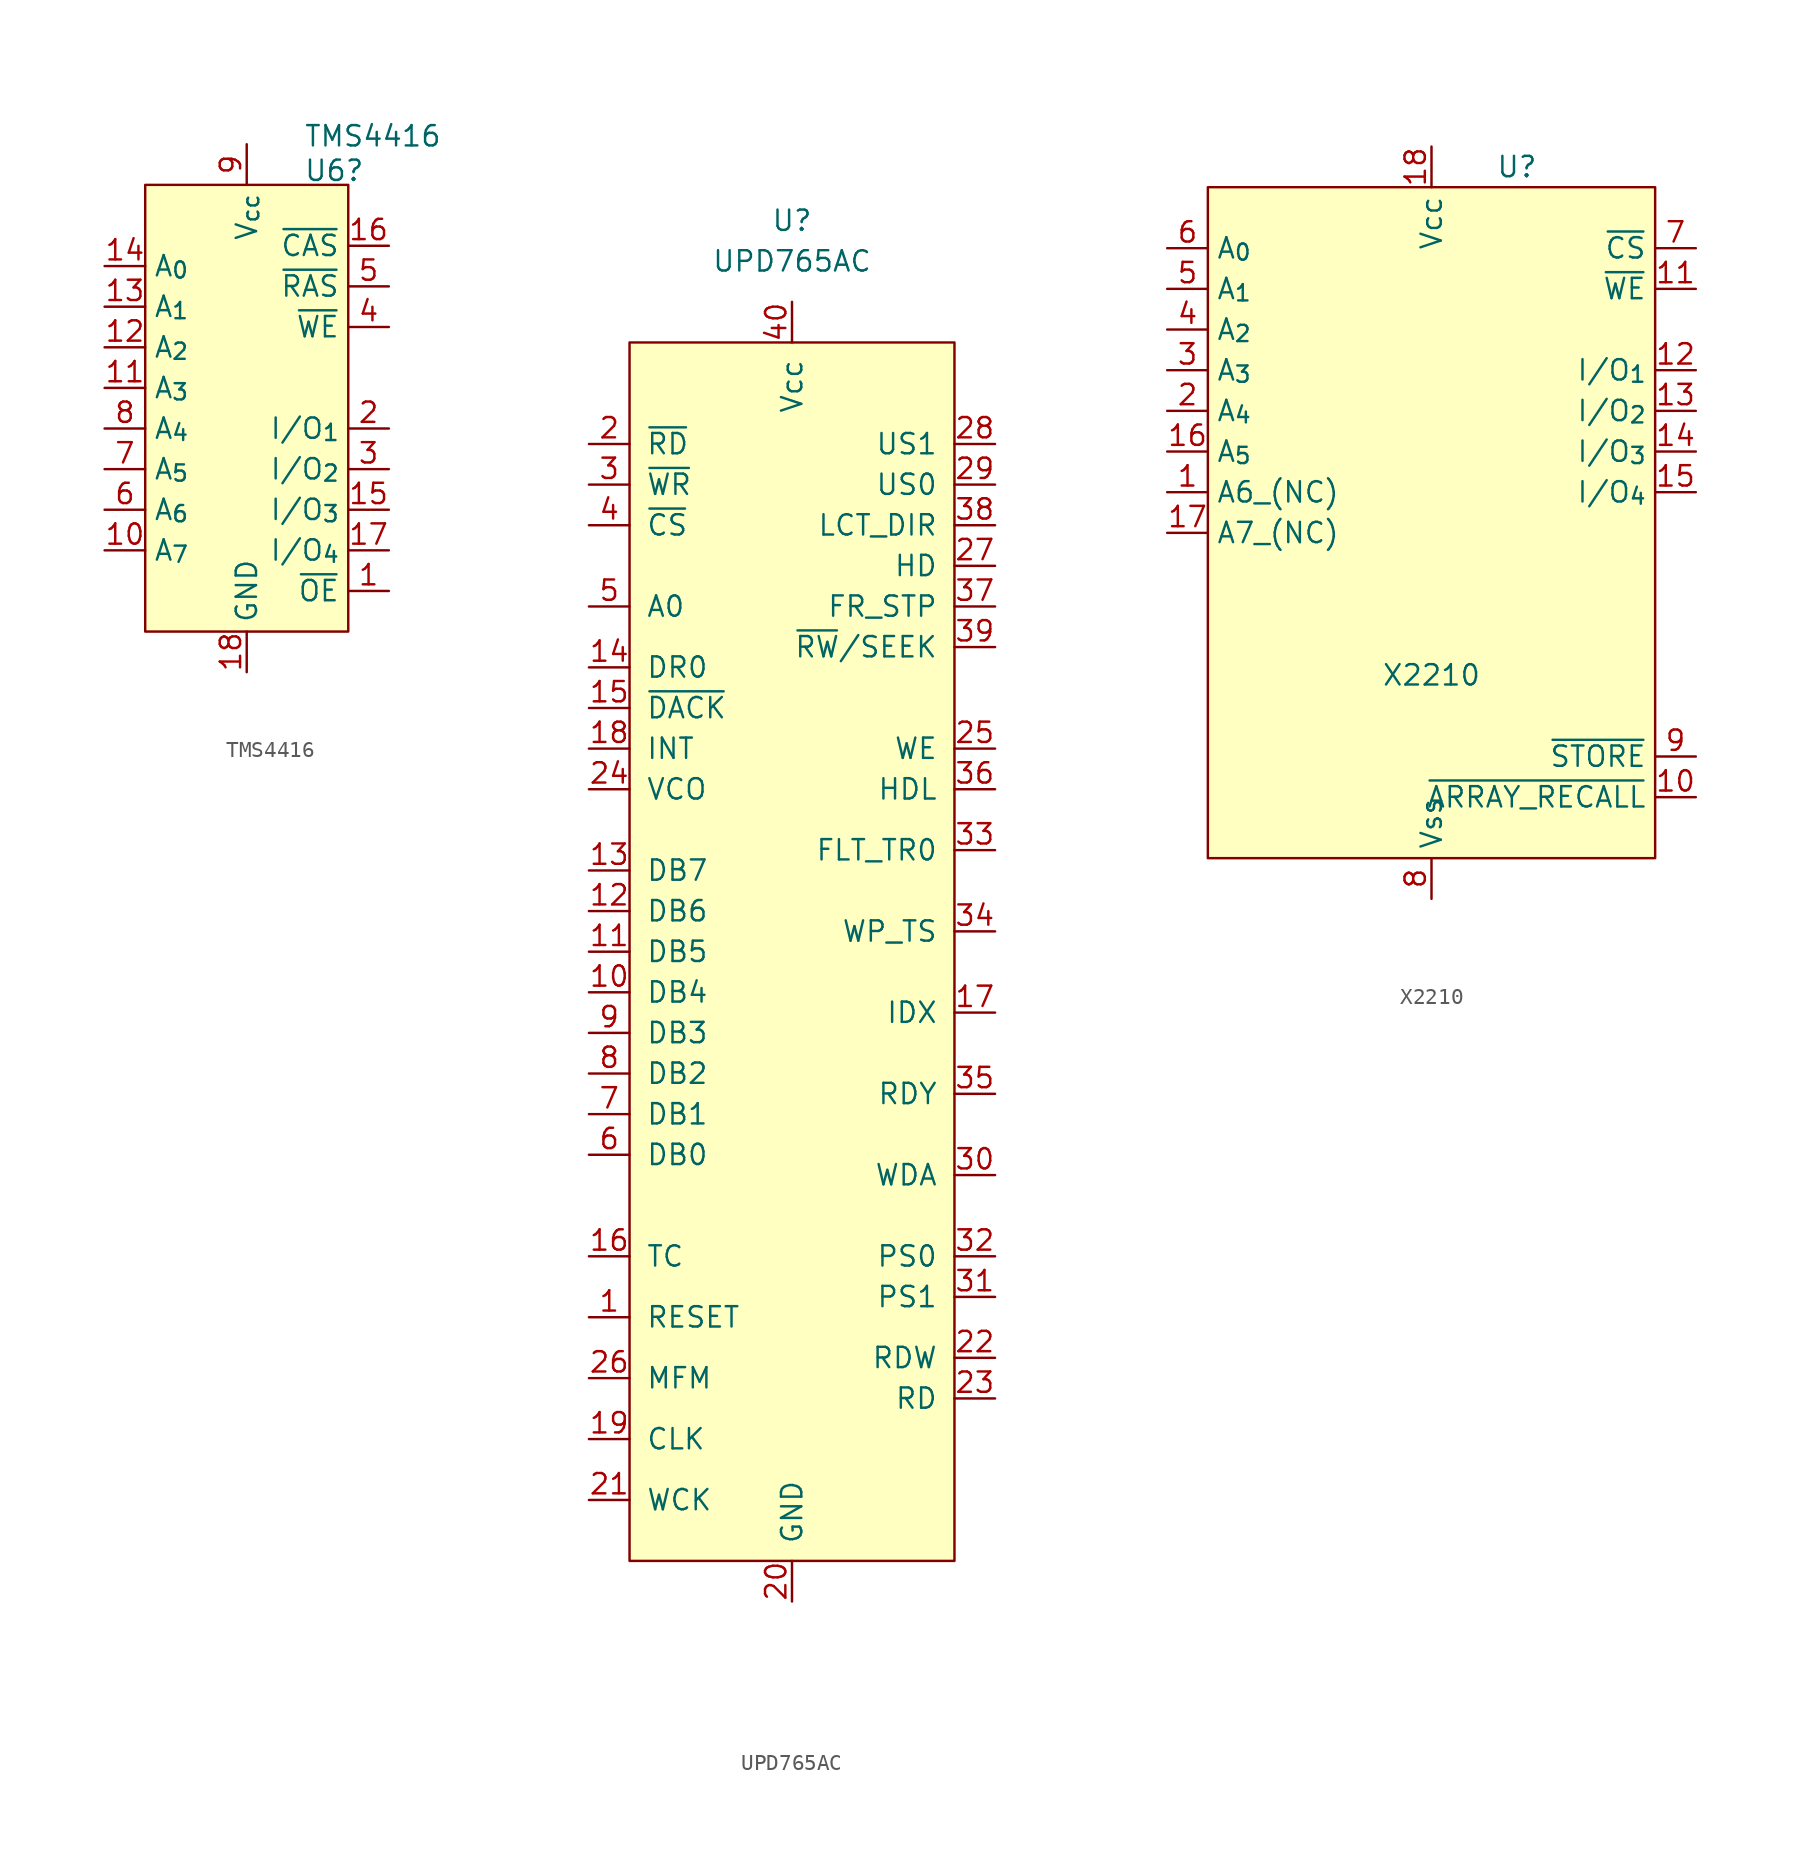
<source format=kicad_sym>
(kicad_symbol_lib
  (version 20241209)
  (generator "kicad_symbol_editor")
  (generator_version "9.0")
  (symbol "TMS4416"
    (property "Reference" "U6"
      (at 3.556 13.589 0)
      (effects (font (size 1.27 1.27)) (justify left)))
    (property "Value" "TMS4416"
      (at 3.556 15.748 0)
      (effects (font (size 1.27 1.27)) (justify left)))
    (symbol "TMS4416_0_1"
      (rectangle (start -6.35 12.7) (end 6.35 -15.24) (stroke (width 0) (type default)) (fill (type background))))
    (symbol "TMS4416_1_1"
      (pin input line (at -8.89 7.62 0) (length 2.54) (name "A_{0}" (effects (font (size 1.27 1.27)))) (number "14" (effects (font (size 1.27 1.27)))))
      (pin input line (at -8.89 5.08 0) (length 2.54) (name "A_{1}" (effects (font (size 1.27 1.27)))) (number "13" (effects (font (size 1.27 1.27)))))
      (pin input line (at -8.89 2.54 0) (length 2.54) (name "A_{2}" (effects (font (size 1.27 1.27)))) (number "12" (effects (font (size 1.27 1.27)))))
      (pin input line (at -8.89 0 0) (length 2.54) (name "A_{3}" (effects (font (size 1.27 1.27)))) (number "11" (effects (font (size 1.27 1.27)))))
      (pin input line (at -8.89 -2.54 0) (length 2.54) (name "A_{4}" (effects (font (size 1.27 1.27)))) (number "8" (effects (font (size 1.27 1.27)))))
      (pin input line (at -8.89 -5.08 0) (length 2.54) (name "A_{5}" (effects (font (size 1.27 1.27)))) (number "7" (effects (font (size 1.27 1.27)))))
      (pin input line (at -8.89 -7.62 0) (length 2.54) (name "A_{6}" (effects (font (size 1.27 1.27)))) (number "6" (effects (font (size 1.27 1.27)))))
      (pin input line (at -8.89 -10.16 0) (length 2.54) (name "A_{7}" (effects (font (size 1.27 1.27)))) (number "10" (effects (font (size 1.27 1.27)))))
      (pin power_in line (at 0 15.24 270) (length 2.54) (name "V_{cc}" (effects (font (size 1.27 1.27)))) (number "9" (effects (font (size 1.27 1.27)))))
      (pin power_in line (at 0 -17.78 90) (length 2.54) (name "GND" (effects (font (size 1.27 1.27)))) (number "18" (effects (font (size 1.27 1.27)))))
      (pin input line (at 8.89 8.89 180) (length 2.54) (name "~{CAS}" (effects (font (size 1.27 1.27)))) (number "16" (effects (font (size 1.27 1.27)))))
      (pin bidirectional line (at 8.89 6.35 180) (length 2.54) (name "~{RAS}" (effects (font (size 1.27 1.27)))) (number "5" (effects (font (size 1.27 1.27)))))
      (pin bidirectional line (at 8.89 3.81 180) (length 2.54) (name "~{WE}" (effects (font (size 1.27 1.27)))) (number "4" (effects (font (size 1.27 1.27)))))
      (pin bidirectional line (at 8.89 -2.54 180) (length 2.54) (name "I/O_{1}" (effects (font (size 1.27 1.27)))) (number "2" (effects (font (size 1.27 1.27)))))
      (pin bidirectional line (at 8.89 -5.08 180) (length 2.54) (name "I/O_{2}" (effects (font (size 1.27 1.27)))) (number "3" (effects (font (size 1.27 1.27)))))
      (pin bidirectional line (at 8.89 -7.62 180) (length 2.54) (name "I/O_{3}" (effects (font (size 1.27 1.27)))) (number "15" (effects (font (size 1.27 1.27)))))
      (pin bidirectional line (at 8.89 -10.16 180) (length 2.54) (name "I/O_{4}" (effects (font (size 1.27 1.27)))) (number "17" (effects (font (size 1.27 1.27)))))
      (pin input line (at 8.89 -12.7 180) (length 2.54) (name "~{OE}" (effects (font (size 1.27 1.27)))) (number "1" (effects (font (size 1.27 1.27)))))))
  (symbol "UPD765AC"
    (pin_names
      (offset 1.016))
    (property "Reference" "U"
      (at 0 45.72 0)
      (effects (font (size 1.27 1.27))))
    (property "Value" "UPD765AC"
      (at 0 43.18 0)
      (effects (font (size 1.27 1.27))))
    (symbol "UPD765AC_0_0"
      (pin input line (at -12.7 31.75 0) (length 2.54) (name "~{RD}" (effects (font (size 1.27 1.27)))) (number "2" (effects (font (size 1.27 1.27)))))
      (pin input line (at -12.7 29.21 0) (length 2.54) (name "~{WR}" (effects (font (size 1.27 1.27)))) (number "3" (effects (font (size 1.27 1.27)))))
      (pin input line (at -12.7 26.67 0) (length 2.54) (name "~{CS}" (effects (font (size 1.27 1.27)))) (number "4" (effects (font (size 1.27 1.27)))))
      (pin input line (at -12.7 21.59 0) (length 2.54) (name "A0" (effects (font (size 1.27 1.27)))) (number "5" (effects (font (size 1.27 1.27)))))
      (pin output line (at -12.7 17.78 0) (length 2.54) (name "DR0" (effects (font (size 1.27 1.27)))) (number "14" (effects (font (size 1.27 1.27)))))
      (pin input line (at -12.7 15.24 0) (length 2.54) (name "~{DACK}" (effects (font (size 1.27 1.27)))) (number "15" (effects (font (size 1.27 1.27)))))
      (pin output line (at -12.7 12.7 0) (length 2.54) (name "INT" (effects (font (size 1.27 1.27)))) (number "18" (effects (font (size 1.27 1.27)))))
      (pin input line (at -12.7 10.16 0) (length 2.54) (name "VCO" (effects (font (size 1.27 1.27)))) (number "24" (effects (font (size 1.27 1.27)))))
      (pin tri_state line (at -12.7 5.08 0) (length 2.54) (name "DB7" (effects (font (size 1.27 1.27)))) (number "13" (effects (font (size 1.27 1.27)))))
      (pin tri_state line (at -12.7 2.54 0) (length 2.54) (name "DB6" (effects (font (size 1.27 1.27)))) (number "12" (effects (font (size 1.27 1.27)))))
      (pin tri_state line (at -12.7 0 0) (length 2.54) (name "DB5" (effects (font (size 1.27 1.27)))) (number "11" (effects (font (size 1.27 1.27)))))
      (pin tri_state line (at -12.7 -2.54 0) (length 2.54) (name "DB4" (effects (font (size 1.27 1.27)))) (number "10" (effects (font (size 1.27 1.27)))))
      (pin tri_state line (at -12.7 -5.08 0) (length 2.54) (name "DB3" (effects (font (size 1.27 1.27)))) (number "9" (effects (font (size 1.27 1.27)))))
      (pin tri_state line (at -12.7 -7.62 0) (length 2.54) (name "DB2" (effects (font (size 1.27 1.27)))) (number "8" (effects (font (size 1.27 1.27)))))
      (pin tri_state line (at -12.7 -10.16 0) (length 2.54) (name "DB1" (effects (font (size 1.27 1.27)))) (number "7" (effects (font (size 1.27 1.27)))))
      (pin tri_state line (at -12.7 -12.7 0) (length 2.54) (name "DB0" (effects (font (size 1.27 1.27)))) (number "6" (effects (font (size 1.27 1.27)))))
      (pin input line (at -12.7 -19.05 0) (length 2.54) (name "TC" (effects (font (size 1.27 1.27)))) (number "16" (effects (font (size 1.27 1.27)))))
      (pin input line (at -12.7 -22.86 0) (length 2.54) (name "RESET" (effects (font (size 1.27 1.27)))) (number "1" (effects (font (size 1.27 1.27)))))
      (pin output line (at -12.7 -26.67 0) (length 2.54) (name "MFM" (effects (font (size 1.27 1.27)))) (number "26" (effects (font (size 1.27 1.27)))))
      (pin input line (at -12.7 -30.48 0) (length 2.54) (name "CLK" (effects (font (size 1.27 1.27)))) (number "19" (effects (font (size 1.27 1.27)))))
      (pin input line (at -12.7 -34.29 0) (length 2.54) (name "WCK" (effects (font (size 1.27 1.27)))) (number "21" (effects (font (size 1.27 1.27)))))
      (pin power_in line (at 0 40.64 270) (length 2.54) (name "Vcc" (effects (font (size 1.27 1.27)))) (number "40" (effects (font (size 1.27 1.27)))))
      (pin power_in line (at 0 -40.64 90) (length 2.54) (name "GND" (effects (font (size 1.27 1.27)))) (number "20" (effects (font (size 1.27 1.27)))))
      (pin output line (at 12.7 31.75 180) (length 2.54) (name "US1" (effects (font (size 1.27 1.27)))) (number "28" (effects (font (size 1.27 1.27)))))
      (pin output line (at 12.7 29.21 180) (length 2.54) (name "US0" (effects (font (size 1.27 1.27)))) (number "29" (effects (font (size 1.27 1.27)))))
      (pin output line (at 12.7 26.67 180) (length 2.54) (name "LCT_DIR" (effects (font (size 1.27 1.27)))) (number "38" (effects (font (size 1.27 1.27)))))
      (pin output line (at 12.7 24.13 180) (length 2.54) (name "HD" (effects (font (size 1.27 1.27)))) (number "27" (effects (font (size 1.27 1.27)))))
      (pin output line (at 12.7 21.59 180) (length 2.54) (name "FR_STP" (effects (font (size 1.27 1.27)))) (number "37" (effects (font (size 1.27 1.27)))))
      (pin output line (at 12.7 19.05 180) (length 2.54) (name "~{RW}/SEEK" (effects (font (size 1.27 1.27)))) (number "39" (effects (font (size 1.27 1.27)))))
      (pin output line (at 12.7 12.7 180) (length 2.54) (name "WE" (effects (font (size 1.27 1.27)))) (number "25" (effects (font (size 1.27 1.27)))))
      (pin output line (at 12.7 10.16 180) (length 2.54) (name "HDL" (effects (font (size 1.27 1.27)))) (number "36" (effects (font (size 1.27 1.27)))))
      (pin input line (at 12.7 6.35 180) (length 2.54) (name "FLT_TR0" (effects (font (size 1.27 1.27)))) (number "33" (effects (font (size 1.27 1.27)))))
      (pin input line (at 12.7 1.27 180) (length 2.54) (name "WP_TS" (effects (font (size 1.27 1.27)))) (number "34" (effects (font (size 1.27 1.27)))))
      (pin input line (at 12.7 -3.81 180) (length 2.54) (name "IDX" (effects (font (size 1.27 1.27)))) (number "17" (effects (font (size 1.27 1.27)))))
      (pin input line (at 12.7 -8.89 180) (length 2.54) (name "RDY" (effects (font (size 1.27 1.27)))) (number "35" (effects (font (size 1.27 1.27)))))
      (pin output line (at 12.7 -13.97 180) (length 2.54) (name "WDA" (effects (font (size 1.27 1.27)))) (number "30" (effects (font (size 1.27 1.27)))))
      (pin output line (at 12.7 -19.05 180) (length 2.54) (name "PS0" (effects (font (size 1.27 1.27)))) (number "32" (effects (font (size 1.27 1.27)))))
      (pin output line (at 12.7 -21.59 180) (length 2.54) (name "PS1" (effects (font (size 1.27 1.27)))) (number "31" (effects (font (size 1.27 1.27)))))
      (pin input line (at 12.7 -25.4 180) (length 2.54) (name "RDW" (effects (font (size 1.27 1.27)))) (number "22" (effects (font (size 1.27 1.27)))))
      (pin input line (at 12.7 -27.94 180) (length 2.54) (name "RD" (effects (font (size 1.27 1.27)))) (number "23" (effects (font (size 1.27 1.27))))))
    (symbol "UPD765AC_0_1"
      (rectangle (start -10.16 38.1) (end 10.16 -38.1) (stroke (width 0) (type solid)) (fill (type background)))))
  (symbol "X2210"
    (property "Reference" "U"
      (at 5.334 22.86 0)
      (effects (font (size 1.27 1.27))))
    (property "Value" "X2210"
      (at 0 -8.89 0)
      (effects (font (size 1.27 1.27))))
    (symbol "X2210_0_0"
      (pin input line (at -16.51 17.78 0) (length 2.54) (name "A_{0}" (effects (font (size 1.27 1.27)))) (number "6" (effects (font (size 1.27 1.27)))))
      (pin input line (at -16.51 15.24 0) (length 2.54) (name "A_{1}" (effects (font (size 1.27 1.27)))) (number "5" (effects (font (size 1.27 1.27)))))
      (pin input line (at -16.51 12.7 0) (length 2.54) (name "A_{2}" (effects (font (size 1.27 1.27)))) (number "4" (effects (font (size 1.27 1.27)))))
      (pin input line (at -16.51 10.16 0) (length 2.54) (name "A_{3}" (effects (font (size 1.27 1.27)))) (number "3" (effects (font (size 1.27 1.27)))))
      (pin input line (at -16.51 7.62 0) (length 2.54) (name "A_{4}" (effects (font (size 1.27 1.27)))) (number "2" (effects (font (size 1.27 1.27)))))
      (pin input line (at -16.51 5.08 0) (length 2.54) (name "A_{5}" (effects (font (size 1.27 1.27)))) (number "16" (effects (font (size 1.27 1.27)))))
      (pin power_in line (at 0 24.13 270) (length 2.54) (name "Vcc" (effects (font (size 1.27 1.27)))) (number "18" (effects (font (size 1.27 1.27)))))
      (pin power_in line (at 0 -22.86 90) (length 2.54) (name "Vss" (effects (font (size 1.27 1.27)))) (number "8" (effects (font (size 1.27 1.27)))))
      (pin input line (at 16.51 17.78 180) (length 2.54) (name "~{CS}" (effects (font (size 1.27 1.27)))) (number "7" (effects (font (size 1.27 1.27)))))
      (pin input line (at 16.51 15.24 180) (length 2.54) (name "~{WE}" (effects (font (size 1.27 1.27)))) (number "11" (effects (font (size 1.27 1.27)))))
      (pin bidirectional line (at 16.51 10.16 180) (length 2.54) (name "I/O_{1}" (effects (font (size 1.27 1.27)))) (number "12" (effects (font (size 1.27 1.27)))))
      (pin bidirectional line (at 16.51 7.62 180) (length 2.54) (name "I/O_{2}" (effects (font (size 1.27 1.27)))) (number "13" (effects (font (size 1.27 1.27)))))
      (pin bidirectional line (at 16.51 5.08 180) (length 2.54) (name "I/O_{3}" (effects (font (size 1.27 1.27)))) (number "14" (effects (font (size 1.27 1.27)))))
      (pin bidirectional line (at 16.51 2.54 180) (length 2.54) (name "I/O_{4}" (effects (font (size 1.27 1.27)))) (number "15" (effects (font (size 1.27 1.27)))))
      (pin input line (at 16.51 -13.97 180) (length 2.54) (name "~{STORE}" (effects (font (size 1.27 1.27)))) (number "9" (effects (font (size 1.27 1.27)))))
      (pin input line (at 16.51 -16.51 180) (length 2.54) (name "~{ARRAY_RECALL}" (effects (font (size 1.27 1.27)))) (number "10" (effects (font (size 1.27 1.27))))))
    (symbol "X2210_0_1"
      (rectangle (start -13.97 21.59) (end 13.97 -20.32) (stroke (width 0) (type default)) (fill (type background))))
    (symbol "X2210_1_0"
      (pin unspecified line (at -16.51 2.54 0) (length 2.54) (name "A6_(NC)" (effects (font (size 1.27 1.27)))) (number "1" (effects (font (size 1.27 1.27)))))
      (pin unspecified line (at -16.51 0 0) (length 2.54) (name "A7_(NC)" (effects (font (size 1.27 1.27)))) (number "17" (effects (font (size 1.27 1.27))))))))
</source>
